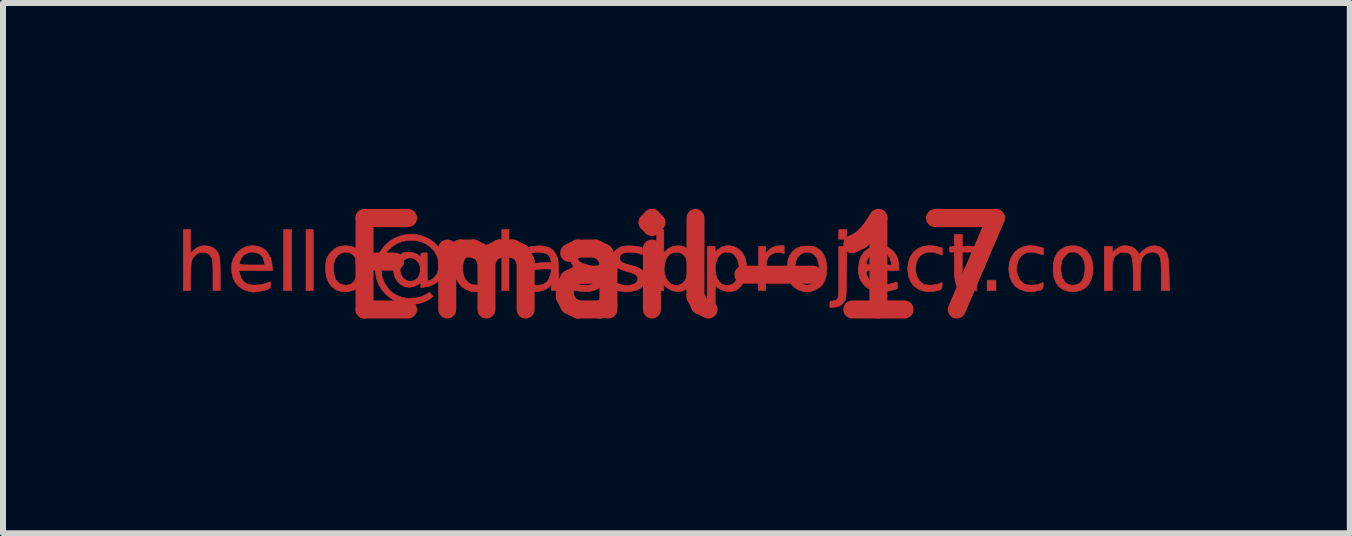
<source format=kicad_pcb>
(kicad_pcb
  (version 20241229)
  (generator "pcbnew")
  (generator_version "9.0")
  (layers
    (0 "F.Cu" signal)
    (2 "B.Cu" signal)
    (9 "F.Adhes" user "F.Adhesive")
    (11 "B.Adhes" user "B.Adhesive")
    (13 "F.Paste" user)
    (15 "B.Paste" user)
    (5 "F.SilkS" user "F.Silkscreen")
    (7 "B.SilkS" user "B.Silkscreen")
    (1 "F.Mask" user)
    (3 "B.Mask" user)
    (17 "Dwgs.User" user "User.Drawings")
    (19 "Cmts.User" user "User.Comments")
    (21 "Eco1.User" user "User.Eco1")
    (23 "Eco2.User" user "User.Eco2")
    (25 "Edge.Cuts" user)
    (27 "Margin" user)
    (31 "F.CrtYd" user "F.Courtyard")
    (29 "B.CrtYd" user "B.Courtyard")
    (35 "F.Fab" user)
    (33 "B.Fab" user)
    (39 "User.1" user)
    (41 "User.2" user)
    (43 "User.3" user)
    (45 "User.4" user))
  (footprint "Email-17"
    (layer "F.Cu")
    (at 8.213 1.418)
    (property "Reference" "Email-17" (at 0 0 0) (layer "F.Cu") (effects (font (size 1.524 1.524) (thickness 0.3))))
    (attr through_hole)
    (fp_poly (pts (xy -6.403 0.374) (xy -6.537 0.374) (xy -6.537 -0.642) (xy -6.403 -0.642) (xy -6.403 0.374)) (stroke (width 0.01) (type solid)) (fill yes) (layer "F.Cu"))
    (fp_poly (pts (xy -6.043 0.374) (xy -6.163 0.374) (xy -6.163 -0.642) (xy -6.043 -0.642) (xy -6.043 0.374)) (stroke (width 0.01) (type solid)) (fill yes) (layer "F.Cu"))
    (fp_poly (pts (xy -2.781 0.374) (xy -2.901 0.374) (xy -2.901 -0.642) (xy -2.781 -0.642) (xy -2.781 0.374)) (stroke (width 0.01) (type solid)) (fill yes) (layer "F.Cu"))
    (fp_poly (pts (xy 2.847 -0.481) (xy 2.714 -0.481) (xy 2.714 -0.642) (xy 2.847 -0.642) (xy 2.847 -0.481)) (stroke (width 0.01) (type solid)) (fill yes) (layer "F.Cu"))
    (fp_poly (pts (xy 5.334 0.374) (xy 5.187 0.374) (xy 5.187 0.201) (xy 5.334 0.201) (xy 5.334 0.374)) (stroke (width 0.01) (type solid)) (fill yes) (layer "F.Cu"))
    (fp_poly (pts (xy 1.805 -0.241) (xy 1.768 -0.255) (xy 1.717 -0.263) (xy 1.659 -0.257) (xy 1.605 -0.238) (xy 1.585 -0.225) (xy 1.558 -0.202) (xy 1.538 -0.178) (xy 1.524 -0.147) (xy 1.514 -0.107) (xy 1.507 -0.053) (xy 1.503 0.019) (xy 1.5 0.113) (xy 1.5 0.13) (xy 1.495 0.374) (xy 1.377 0.374) (xy 1.377 -0.361) (xy 1.497 -0.361) (xy 1.497 -0.251) (xy 1.535 -0.291) (xy 1.598 -0.34) (xy 1.675 -0.368) (xy 1.74 -0.374) (xy 1.805 -0.374) (xy 1.805 -0.241)) (stroke (width 0.01) (type solid)) (fill yes) (layer "F.Cu"))
    (fp_poly (pts (xy 2.845 0.064) (xy 2.844 0.182) (xy 2.842 0.277) (xy 2.841 0.352) (xy 2.839 0.409) (xy 2.836 0.452) (xy 2.832 0.483) (xy 2.827 0.507) (xy 2.821 0.525) (xy 2.814 0.541) (xy 2.778 0.595) (xy 2.73 0.629) (xy 2.667 0.648) (xy 2.643 0.651) (xy 2.567 0.659) (xy 2.567 0.603) (xy 2.568 0.568) (xy 2.576 0.553) (xy 2.597 0.548) (xy 2.613 0.548) (xy 2.663 0.537) (xy 2.687 0.519) (xy 2.694 0.51) (xy 2.7 0.498) (xy 2.705 0.482) (xy 2.708 0.458) (xy 2.711 0.422) (xy 2.712 0.373) (xy 2.713 0.307) (xy 2.714 0.221) (xy 2.714 0.113) (xy 2.714 0.064) (xy 2.714 -0.361) (xy 2.85 -0.361) (xy 2.845 0.064)) (stroke (width 0.01) (type solid)) (fill yes) (layer "F.Cu"))
    (fp_poly (pts (xy 4.773 -0.361) (xy 5.013 -0.361) (xy 5.013 -0.267) (xy 4.773 -0.267) (xy 4.773 -0.03) (xy 4.773 0.067) (xy 4.774 0.139) (xy 4.779 0.192) (xy 4.789 0.228) (xy 4.804 0.25) (xy 4.828 0.262) (xy 4.86 0.267) (xy 4.904 0.267) (xy 4.914 0.267) (xy 5.013 0.267) (xy 5.013 0.374) (xy 4.91 0.373) (xy 4.856 0.371) (xy 4.81 0.368) (xy 4.781 0.365) (xy 4.779 0.365) (xy 4.751 0.353) (xy 4.716 0.331) (xy 4.71 0.327) (xy 4.687 0.302) (xy 4.669 0.267) (xy 4.655 0.218) (xy 4.646 0.152) (xy 4.641 0.067) (xy 4.639 -0.042) (xy 4.639 -0.071) (xy 4.639 -0.267) (xy 4.599 -0.267) (xy 4.572 -0.27) (xy 4.561 -0.283) (xy 4.559 -0.314) (xy 4.561 -0.346) (xy 4.572 -0.358) (xy 4.599 -0.361) (xy 4.639 -0.361) (xy 4.639 -0.561) (xy 4.773 -0.561) (xy 4.773 -0.361)) (stroke (width 0.01) (type solid)) (fill yes) (layer "F.Cu"))
    (fp_poly (pts (xy -8.088 -0.249) (xy -8.038 -0.296) (xy -7.98 -0.341) (xy -7.924 -0.366) (xy -7.86 -0.374) (xy -7.855 -0.374) (xy -7.773 -0.365) (xy -7.707 -0.336) (xy -7.666 -0.3) (xy -7.643 -0.272) (xy -7.625 -0.242) (xy -7.612 -0.206) (xy -7.603 -0.16) (xy -7.597 -0.101) (xy -7.594 -0.024) (xy -7.593 0.075) (xy -7.593 0.112) (xy -7.593 0.374) (xy -7.714 0.374) (xy -7.714 0.127) (xy -7.714 0.026) (xy -7.716 -0.051) (xy -7.72 -0.108) (xy -7.726 -0.146) (xy -7.732 -0.165) (xy -7.767 -0.219) (xy -7.814 -0.253) (xy -7.869 -0.267) (xy -7.928 -0.261) (xy -7.984 -0.235) (xy -8.033 -0.19) (xy -8.054 -0.16) (xy -8.064 -0.141) (xy -8.071 -0.118) (xy -8.076 -0.088) (xy -8.08 -0.046) (xy -8.083 0.012) (xy -8.085 0.09) (xy -8.086 0.13) (xy -8.091 0.374) (xy -8.208 0.374) (xy -8.208 -0.642) (xy -8.088 -0.642) (xy -8.088 -0.249)) (stroke (width 0.01) (type solid)) (fill yes) (layer "F.Cu"))
    (fp_poly (pts (xy -3.245 -0.369) (xy -3.173 -0.352) (xy -3.101 -0.329) (xy -3.101 -0.216) (xy -3.175 -0.242) (xy -3.27 -0.264) (xy -3.354 -0.264) (xy -3.427 -0.241) (xy -3.485 -0.199) (xy -3.527 -0.137) (xy -3.55 -0.058) (xy -3.553 0.031) (xy -3.538 0.123) (xy -3.506 0.194) (xy -3.456 0.245) (xy -3.39 0.275) (xy -3.311 0.284) (xy -3.216 0.274) (xy -3.164 0.256) (xy -3.101 0.229) (xy -3.101 0.287) (xy -3.103 0.322) (xy -3.111 0.342) (xy -3.132 0.355) (xy -3.165 0.366) (xy -3.266 0.389) (xy -3.36 0.393) (xy -3.405 0.388) (xy -3.497 0.356) (xy -3.572 0.305) (xy -3.63 0.232) (xy -3.646 0.203) (xy -3.665 0.159) (xy -3.676 0.12) (xy -3.681 0.075) (xy -3.683 0.014) (xy -3.683 0.013) (xy -3.678 -0.074) (xy -3.665 -0.142) (xy -3.641 -0.198) (xy -3.604 -0.25) (xy -3.593 -0.262) (xy -3.523 -0.319) (xy -3.439 -0.356) (xy -3.345 -0.373) (xy -3.245 -0.369)) (stroke (width 0.01) (type solid)) (fill yes) (layer "F.Cu"))
    (fp_poly (pts (xy 5.99 -0.369) (xy 6.053 -0.354) (xy 6.123 -0.333) (xy 6.123 -0.218) (xy 6.053 -0.242) (xy 5.959 -0.265) (xy 5.875 -0.264) (xy 5.804 -0.242) (xy 5.747 -0.198) (xy 5.706 -0.135) (xy 5.683 -0.055) (xy 5.678 0.037) (xy 5.693 0.12) (xy 5.726 0.19) (xy 5.775 0.243) (xy 5.805 0.262) (xy 5.852 0.277) (xy 5.914 0.283) (xy 5.98 0.28) (xy 6.04 0.269) (xy 6.062 0.262) (xy 6.095 0.248) (xy 6.116 0.241) (xy 6.118 0.241) (xy 6.121 0.252) (xy 6.121 0.282) (xy 6.12 0.296) (xy 6.115 0.333) (xy 6.102 0.353) (xy 6.073 0.366) (xy 6.069 0.368) (xy 5.972 0.39) (xy 5.871 0.392) (xy 5.815 0.383) (xy 5.725 0.351) (xy 5.653 0.3) (xy 5.599 0.229) (xy 5.564 0.141) (xy 5.549 0.036) (xy 5.548 0.006) (xy 5.559 -0.099) (xy 5.592 -0.19) (xy 5.643 -0.264) (xy 5.711 -0.321) (xy 5.793 -0.359) (xy 5.887 -0.375) (xy 5.99 -0.369)) (stroke (width 0.01) (type solid)) (fill yes) (layer "F.Cu"))
    (fp_poly (pts (xy 4.305 -0.369) (xy 4.369 -0.354) (xy 4.438 -0.333) (xy 4.438 -0.216) (xy 4.371 -0.242) (xy 4.281 -0.266) (xy 4.198 -0.266) (xy 4.126 -0.244) (xy 4.068 -0.202) (xy 4.024 -0.14) (xy 3.999 -0.059) (xy 3.999 -0.055) (xy 3.994 0.04) (xy 4.01 0.125) (xy 4.046 0.196) (xy 4.101 0.25) (xy 4.129 0.267) (xy 4.169 0.278) (xy 4.224 0.283) (xy 4.285 0.281) (xy 4.342 0.272) (xy 4.378 0.262) (xy 4.411 0.248) (xy 4.431 0.241) (xy 4.434 0.241) (xy 4.437 0.252) (xy 4.437 0.282) (xy 4.436 0.296) (xy 4.431 0.333) (xy 4.417 0.353) (xy 4.389 0.366) (xy 4.384 0.368) (xy 4.287 0.39) (xy 4.186 0.392) (xy 4.13 0.383) (xy 4.041 0.351) (xy 3.969 0.3) (xy 3.915 0.229) (xy 3.88 0.141) (xy 3.864 0.036) (xy 3.863 0.006) (xy 3.875 -0.099) (xy 3.907 -0.19) (xy 3.959 -0.264) (xy 4.027 -0.321) (xy 4.108 -0.359) (xy 4.202 -0.375) (xy 4.305 -0.369)) (stroke (width 0.01) (type solid)) (fill yes) (layer "F.Cu"))
    (fp_poly (pts (xy 2.236 -0.367) (xy 2.307 -0.354) (xy 2.349 -0.337) (xy 2.418 -0.286) (xy 2.469 -0.216) (xy 2.502 -0.127) (xy 2.515 -0.018) (xy 2.515 0.007) (xy 2.506 0.118) (xy 2.478 0.212) (xy 2.432 0.286) (xy 2.407 0.312) (xy 2.334 0.36) (xy 2.249 0.388) (xy 2.158 0.393) (xy 2.117 0.387) (xy 2.04 0.364) (xy 1.978 0.324) (xy 1.935 0.281) (xy 1.894 0.221) (xy 1.869 0.15) (xy 1.856 0.064) (xy 1.856 0.056) (xy 1.981 0.056) (xy 1.991 0.118) (xy 2.021 0.186) (xy 2.065 0.237) (xy 2.119 0.27) (xy 2.178 0.284) (xy 2.239 0.276) (xy 2.296 0.246) (xy 2.321 0.223) (xy 2.359 0.164) (xy 2.381 0.09) (xy 2.389 0.008) (xy 2.381 -0.075) (xy 2.356 -0.153) (xy 2.351 -0.164) (xy 2.31 -0.219) (xy 2.258 -0.253) (xy 2.199 -0.267) (xy 2.139 -0.26) (xy 2.082 -0.233) (xy 2.033 -0.186) (xy 2.014 -0.154) (xy 1.993 -0.094) (xy 1.982 -0.02) (xy 1.981 0.056) (xy 1.856 0.056) (xy 1.854 -0.008) (xy 1.864 -0.114) (xy 1.892 -0.201) (xy 1.938 -0.271) (xy 2.003 -0.326) (xy 2.025 -0.339) (xy 2.085 -0.359) (xy 2.158 -0.368) (xy 2.236 -0.367)) (stroke (width 0.01) (type solid)) (fill yes) (layer "F.Cu"))
    (fp_poly (pts (xy -5.47 -0.371) (xy -5.377 -0.351) (xy -5.301 -0.311) (xy -5.242 -0.252) (xy -5.202 -0.173) (xy -5.179 -0.075) (xy -5.176 0.04) (xy -5.176 0.044) (xy -5.189 0.144) (xy -5.217 0.226) (xy -5.263 0.296) (xy -5.272 0.306) (xy -5.324 0.347) (xy -5.394 0.376) (xy -5.474 0.391) (xy -5.556 0.391) (xy -5.588 0.387) (xy -5.669 0.358) (xy -5.736 0.307) (xy -5.787 0.237) (xy -5.822 0.149) (xy -5.839 0.046) (xy -5.839 0.042) (xy -5.839 -0.028) (xy -5.707 -0.028) (xy -5.705 0.052) (xy -5.692 0.128) (xy -5.668 0.192) (xy -5.65 0.219) (xy -5.603 0.258) (xy -5.543 0.28) (xy -5.478 0.284) (xy -5.416 0.268) (xy -5.411 0.265) (xy -5.37 0.23) (xy -5.337 0.175) (xy -5.315 0.107) (xy -5.305 0.031) (xy -5.306 -0.046) (xy -5.32 -0.119) (xy -5.347 -0.181) (xy -5.392 -0.231) (xy -5.447 -0.259) (xy -5.508 -0.267) (xy -5.569 -0.254) (xy -5.624 -0.221) (xy -5.67 -0.167) (xy -5.673 -0.163) (xy -5.696 -0.102) (xy -5.707 -0.028) (xy -5.839 -0.028) (xy -5.838 -0.061) (xy -5.821 -0.146) (xy -5.787 -0.219) (xy -5.738 -0.28) (xy -5.67 -0.333) (xy -5.596 -0.364) (xy -5.511 -0.373) (xy -5.47 -0.371)) (stroke (width 0.01) (type solid)) (fill yes) (layer "F.Cu"))
    (fp_poly (pts (xy -0.201 -0.25) (xy -0.171 -0.287) (xy -0.123 -0.33) (xy -0.058 -0.359) (xy 0.015 -0.373) (xy 0.088 -0.37) (xy 0.137 -0.356) (xy 0.179 -0.33) (xy 0.226 -0.287) (xy 0.268 -0.236) (xy 0.301 -0.185) (xy 0.305 -0.176) (xy 0.317 -0.132) (xy 0.325 -0.068) (xy 0.327 0.007) (xy 0.326 0.074) (xy 0.322 0.124) (xy 0.314 0.163) (xy 0.3 0.2) (xy 0.297 0.209) (xy 0.248 0.288) (xy 0.186 0.346) (xy 0.113 0.381) (xy 0.031 0.392) (xy -0.044 0.381) (xy -0.106 0.355) (xy -0.155 0.32) (xy -0.201 0.275) (xy -0.201 0.374) (xy -0.321 0.374) (xy -0.321 0.018) (xy -0.197 0.018) (xy -0.188 0.095) (xy -0.163 0.169) (xy -0.123 0.227) (xy -0.073 0.267) (xy -0.016 0.287) (xy 0.044 0.284) (xy 0.104 0.257) (xy 0.107 0.255) (xy 0.151 0.209) (xy 0.181 0.147) (xy 0.199 0.075) (xy 0.203 -0.002) (xy 0.196 -0.078) (xy 0.175 -0.148) (xy 0.142 -0.205) (xy 0.097 -0.245) (xy 0.093 -0.248) (xy 0.033 -0.265) (xy -0.033 -0.262) (xy -0.091 -0.24) (xy -0.136 -0.199) (xy -0.169 -0.138) (xy -0.19 -0.064) (xy -0.197 0.018) (xy -0.321 0.018) (xy -0.321 -0.642) (xy -0.201 -0.642) (xy -0.201 -0.25)) (stroke (width 0.01) (type solid)) (fill yes) (layer "F.Cu"))
    (fp_poly (pts (xy 6.677 -0.37) (xy 6.761 -0.343) (xy 6.833 -0.296) (xy 6.858 -0.271) (xy 6.908 -0.195) (xy 6.94 -0.105) (xy 6.952 -0.008) (xy 6.946 0.092) (xy 6.92 0.187) (xy 6.876 0.273) (xy 6.871 0.28) (xy 6.816 0.334) (xy 6.744 0.372) (xy 6.661 0.392) (xy 6.573 0.392) (xy 6.542 0.387) (xy 6.454 0.358) (xy 6.385 0.31) (xy 6.334 0.242) (xy 6.301 0.154) (xy 6.286 0.046) (xy 6.286 0.044) (xy 6.287 0.002) (xy 6.414 0.002) (xy 6.421 0.09) (xy 6.442 0.167) (xy 6.477 0.227) (xy 6.495 0.246) (xy 6.545 0.274) (xy 6.606 0.285) (xy 6.67 0.279) (xy 6.721 0.257) (xy 6.766 0.213) (xy 6.797 0.149) (xy 6.814 0.068) (xy 6.815 0.061) (xy 6.818 -0.024) (xy 6.812 -0.089) (xy 6.794 -0.141) (xy 6.764 -0.187) (xy 6.744 -0.209) (xy 6.709 -0.242) (xy 6.681 -0.259) (xy 6.652 -0.266) (xy 6.617 -0.267) (xy 6.578 -0.266) (xy 6.549 -0.257) (xy 6.521 -0.237) (xy 6.492 -0.209) (xy 6.452 -0.163) (xy 6.43 -0.12) (xy 6.423 -0.092) (xy 6.414 0.002) (xy 6.287 0.002) (xy 6.288 -0.072) (xy 6.31 -0.169) (xy 6.35 -0.248) (xy 6.409 -0.308) (xy 6.488 -0.351) (xy 6.498 -0.355) (xy 6.588 -0.374) (xy 6.677 -0.37)) (stroke (width 0.01) (type solid)) (fill yes) (layer "F.Cu"))
    (fp_poly (pts (xy 0.976 -0.356) (xy 1.044 -0.318) (xy 1.102 -0.263) (xy 1.145 -0.19) (xy 1.147 -0.187) (xy 1.168 -0.113) (xy 1.178 -0.027) (xy 1.178 0.062) (xy 1.166 0.146) (xy 1.143 0.215) (xy 1.141 0.218) (xy 1.107 0.271) (xy 1.061 0.322) (xy 1.012 0.362) (xy 0.997 0.37) (xy 0.94 0.388) (xy 0.871 0.391) (xy 0.801 0.379) (xy 0.743 0.355) (xy 0.705 0.331) (xy 0.677 0.307) (xy 0.669 0.297) (xy 0.664 0.296) (xy 0.66 0.318) (xy 0.657 0.362) (xy 0.656 0.431) (xy 0.655 0.465) (xy 0.655 0.655) (xy 0.521 0.655) (xy 0.521 0.001) (xy 0.655 0.001) (xy 0.663 0.096) (xy 0.687 0.173) (xy 0.724 0.232) (xy 0.773 0.271) (xy 0.832 0.288) (xy 0.899 0.282) (xy 0.947 0.264) (xy 0.985 0.232) (xy 1.018 0.18) (xy 1.042 0.114) (xy 1.053 0.046) (xy 1.051 -0.054) (xy 1.028 -0.139) (xy 0.984 -0.209) (xy 0.955 -0.239) (xy 0.926 -0.255) (xy 0.887 -0.262) (xy 0.868 -0.264) (xy 0.822 -0.266) (xy 0.792 -0.261) (xy 0.765 -0.245) (xy 0.749 -0.233) (xy 0.698 -0.174) (xy 0.667 -0.1) (xy 0.655 -0.009) (xy 0.655 0.001) (xy 0.521 0.001) (xy 0.521 -0.361) (xy 0.655 -0.361) (xy 0.655 -0.264) (xy 0.691 -0.3) (xy 0.755 -0.347) (xy 0.827 -0.371) (xy 0.902 -0.374) (xy 0.976 -0.356)) (stroke (width 0.01) (type solid)) (fill yes) (layer "F.Cu"))
    (fp_poly (pts (xy -7.02 -0.372) (xy -6.931 -0.354) (xy -6.856 -0.313) (xy -6.798 -0.252) (xy -6.756 -0.172) (xy -6.732 -0.075) (xy -6.729 -0.05) (xy -6.72 0.04) (xy -7.283 0.04) (xy -7.273 0.084) (xy -7.247 0.161) (xy -7.211 0.216) (xy -7.16 0.255) (xy -7.132 0.268) (xy -7.077 0.28) (xy -7.007 0.283) (xy -6.93 0.277) (xy -6.858 0.262) (xy -6.838 0.255) (xy -6.797 0.241) (xy -6.766 0.231) (xy -6.755 0.227) (xy -6.752 0.239) (xy -6.751 0.269) (xy -6.751 0.281) (xy -6.754 0.317) (xy -6.766 0.337) (xy -6.795 0.352) (xy -6.797 0.353) (xy -6.828 0.363) (xy -6.874 0.374) (xy -6.928 0.385) (xy -6.98 0.394) (xy -7.021 0.399) (xy -7.041 0.4) (xy -7.059 0.397) (xy -7.095 0.39) (xy -7.129 0.382) (xy -7.219 0.35) (xy -7.293 0.298) (xy -7.35 0.227) (xy -7.387 0.139) (xy -7.404 0.039) (xy -7.401 -0.064) (xy -7.394 -0.092) (xy -7.272 -0.092) (xy -7.27 -0.074) (xy -7.255 -0.063) (xy -7.223 -0.056) (xy -7.172 -0.054) (xy -7.098 -0.053) (xy -7.06 -0.053) (xy -6.847 -0.053) (xy -6.86 -0.109) (xy -6.872 -0.151) (xy -6.888 -0.185) (xy -6.891 -0.191) (xy -6.937 -0.235) (xy -6.995 -0.261) (xy -7.06 -0.268) (xy -7.124 -0.258) (xy -7.183 -0.23) (xy -7.229 -0.186) (xy -7.246 -0.156) (xy -7.263 -0.119) (xy -7.272 -0.092) (xy -7.394 -0.092) (xy -7.379 -0.151) (xy -7.337 -0.226) (xy -7.294 -0.275) (xy -7.226 -0.329) (xy -7.155 -0.361) (xy -7.074 -0.373) (xy -7.02 -0.372)) (stroke (width 0.01) (type solid)) (fill yes) (layer "F.Cu"))
    (fp_poly (pts (xy 3.465 -0.366) (xy 3.547 -0.339) (xy 3.615 -0.29) (xy 3.668 -0.223) (xy 3.702 -0.139) (xy 3.716 -0.041) (xy 3.716 -0.025) (xy 3.716 0.04) (xy 3.442 0.04) (xy 3.348 0.04) (xy 3.277 0.041) (xy 3.227 0.043) (xy 3.194 0.048) (xy 3.176 0.056) (xy 3.17 0.068) (xy 3.172 0.086) (xy 3.18 0.111) (xy 3.184 0.122) (xy 3.219 0.194) (xy 3.267 0.245) (xy 3.301 0.264) (xy 3.367 0.28) (xy 3.449 0.283) (xy 3.538 0.272) (xy 3.628 0.248) (xy 3.666 0.234) (xy 3.681 0.232) (xy 3.688 0.244) (xy 3.69 0.276) (xy 3.69 0.284) (xy 3.69 0.344) (xy 3.613 0.365) (xy 3.531 0.383) (xy 3.451 0.393) (xy 3.383 0.394) (xy 3.362 0.392) (xy 3.269 0.37) (xy 3.193 0.331) (xy 3.138 0.283) (xy 3.092 0.226) (xy 3.063 0.169) (xy 3.047 0.102) (xy 3.042 0.019) (xy 3.042 0.007) (xy 3.05 -0.068) (xy 3.173 -0.068) (xy 3.179 -0.062) (xy 3.196 -0.058) (xy 3.227 -0.055) (xy 3.276 -0.054) (xy 3.346 -0.054) (xy 3.382 -0.053) (xy 3.598 -0.053) (xy 3.589 -0.097) (xy 3.563 -0.173) (xy 3.522 -0.227) (xy 3.466 -0.258) (xy 3.395 -0.268) (xy 3.336 -0.262) (xy 3.288 -0.243) (xy 3.242 -0.211) (xy 3.205 -0.171) (xy 3.189 -0.137) (xy 3.18 -0.101) (xy 3.173 -0.077) (xy 3.173 -0.068) (xy 3.05 -0.068) (xy 3.053 -0.101) (xy 3.084 -0.193) (xy 3.134 -0.267) (xy 3.203 -0.322) (xy 3.288 -0.358) (xy 3.371 -0.371) (xy 3.465 -0.366)) (stroke (width 0.01) (type solid)) (fill yes) (layer "F.Cu"))
    (fp_poly (pts (xy -1.41 -0.37) (xy -1.345 -0.363) (xy -1.294 -0.354) (xy -1.28 -0.349) (xy -1.256 -0.336) (xy -1.245 -0.314) (xy -1.243 -0.281) (xy -1.244 -0.248) (xy -1.251 -0.232) (xy -1.27 -0.232) (xy -1.307 -0.244) (xy -1.317 -0.247) (xy -1.366 -0.259) (xy -1.426 -0.265) (xy -1.488 -0.266) (xy -1.542 -0.26) (xy -1.577 -0.25) (xy -1.613 -0.221) (xy -1.633 -0.182) (xy -1.634 -0.145) (xy -1.619 -0.118) (xy -1.587 -0.094) (xy -1.534 -0.072) (xy -1.462 -0.051) (xy -1.368 -0.023) (xy -1.298 0.007) (xy -1.248 0.042) (xy -1.237 0.053) (xy -1.218 0.091) (xy -1.209 0.143) (xy -1.21 0.201) (xy -1.221 0.254) (xy -1.238 0.29) (xy -1.289 0.337) (xy -1.36 0.37) (xy -1.446 0.389) (xy -1.543 0.391) (xy -1.593 0.386) (xy -1.662 0.376) (xy -1.708 0.367) (xy -1.737 0.355) (xy -1.752 0.339) (xy -1.759 0.317) (xy -1.762 0.29) (xy -1.763 0.253) (xy -1.761 0.231) (xy -1.759 0.227) (xy -1.744 0.232) (xy -1.712 0.243) (xy -1.688 0.252) (xy -1.607 0.277) (xy -1.53 0.288) (xy -1.461 0.285) (xy -1.403 0.27) (xy -1.36 0.243) (xy -1.337 0.205) (xy -1.333 0.181) (xy -1.345 0.138) (xy -1.379 0.104) (xy -1.438 0.078) (xy -1.456 0.072) (xy -1.538 0.049) (xy -1.597 0.031) (xy -1.64 0.015) (xy -1.67 0.000441) (xy -1.692 -0.015) (xy -1.704 -0.027) (xy -1.742 -0.083) (xy -1.756 -0.144) (xy -1.749 -0.207) (xy -1.723 -0.266) (xy -1.678 -0.315) (xy -1.618 -0.352) (xy -1.589 -0.362) (xy -1.541 -0.369) (xy -1.479 -0.371) (xy -1.41 -0.37)) (stroke (width 0.01) (type solid)) (fill yes) (layer "F.Cu"))
    (fp_poly (pts (xy 8.049 -0.363) (xy 8.112 -0.329) (xy 8.137 -0.306) (xy 8.161 -0.277) (xy 8.18 -0.247) (xy 8.193 -0.211) (xy 8.203 -0.165) (xy 8.21 -0.106) (xy 8.215 -0.03) (xy 8.218 0.069) (xy 8.219 0.104) (xy 8.225 0.374) (xy 8.088 0.374) (xy 8.088 0.12) (xy 8.087 0.017) (xy 8.085 -0.063) (xy 8.08 -0.124) (xy 8.072 -0.169) (xy 8.06 -0.201) (xy 8.043 -0.225) (xy 8.021 -0.244) (xy 8.019 -0.246) (xy 7.969 -0.266) (xy 7.912 -0.265) (xy 7.854 -0.246) (xy 7.804 -0.21) (xy 7.779 -0.179) (xy 7.768 -0.159) (xy 7.759 -0.139) (xy 7.753 -0.114) (xy 7.749 -0.081) (xy 7.746 -0.033) (xy 7.744 0.032) (xy 7.742 0.119) (xy 7.742 0.124) (xy 7.738 0.374) (xy 7.62 0.374) (xy 7.62 0.13) (xy 7.619 0.018) (xy 7.615 -0.07) (xy 7.608 -0.137) (xy 7.596 -0.187) (xy 7.579 -0.221) (xy 7.554 -0.244) (xy 7.522 -0.257) (xy 7.48 -0.263) (xy 7.476 -0.264) (xy 7.429 -0.264) (xy 7.392 -0.253) (xy 7.367 -0.238) (xy 7.336 -0.215) (xy 7.313 -0.19) (xy 7.296 -0.16) (xy 7.284 -0.12) (xy 7.277 -0.067) (xy 7.274 0.003) (xy 7.272 0.095) (xy 7.272 0.13) (xy 7.272 0.374) (xy 7.139 0.374) (xy 7.139 -0.361) (xy 7.272 -0.361) (xy 7.272 -0.268) (xy 7.334 -0.314) (xy 7.386 -0.35) (xy 7.432 -0.369) (xy 7.483 -0.374) (xy 7.528 -0.371) (xy 7.6 -0.354) (xy 7.658 -0.315) (xy 7.694 -0.272) (xy 7.722 -0.231) (xy 7.77 -0.282) (xy 7.835 -0.334) (xy 7.906 -0.365) (xy 7.979 -0.374) (xy 8.049 -0.363)) (stroke (width 0.01) (type solid)) (fill yes) (layer "F.Cu"))
    (fp_poly (pts (xy -2.181 -0.363) (xy -2.113 -0.344) (xy -2.105 -0.34) (xy -2.048 -0.298) (xy -2.002 -0.237) (xy -1.971 -0.162) (xy -1.965 -0.135) (xy -1.961 -0.097) (xy -1.957 -0.038) (xy -1.954 0.034) (xy -1.952 0.113) (xy -1.952 0.156) (xy -1.952 0.374) (xy -2.072 0.374) (xy -2.072 0.264) (xy -2.099 0.298) (xy -2.146 0.339) (xy -2.211 0.37) (xy -2.284 0.389) (xy -2.358 0.392) (xy -2.397 0.386) (xy -2.47 0.358) (xy -2.524 0.311) (xy -2.558 0.247) (xy -2.57 0.168) (xy -2.57 0.159) (xy -2.57 0.157) (xy -2.446 0.157) (xy -2.434 0.208) (xy -2.402 0.253) (xy -2.357 0.282) (xy -2.346 0.285) (xy -2.302 0.288) (xy -2.247 0.28) (xy -2.197 0.263) (xy -2.191 0.26) (xy -2.141 0.22) (xy -2.105 0.158) (xy -2.085 0.093) (xy -2.078 0.053) (xy -2.073 0.025) (xy -2.072 0.018) (xy -2.085 0.016) (xy -2.118 0.015) (xy -2.166 0.014) (xy -2.2 0.013) (xy -2.289 0.017) (xy -2.356 0.028) (xy -2.402 0.048) (xy -2.431 0.079) (xy -2.444 0.123) (xy -2.446 0.157) (xy -2.57 0.157) (xy -2.561 0.084) (xy -2.533 0.023) (xy -2.487 -0.024) (xy -2.42 -0.059) (xy -2.331 -0.081) (xy -2.219 -0.092) (xy -2.157 -0.093) (xy -2.075 -0.094) (xy -2.086 -0.141) (xy -2.097 -0.178) (xy -2.11 -0.205) (xy -2.112 -0.206) (xy -2.154 -0.239) (xy -2.215 -0.259) (xy -2.288 -0.266) (xy -2.366 -0.26) (xy -2.443 -0.241) (xy -2.484 -0.226) (xy -2.513 -0.217) (xy -2.524 -0.214) (xy -2.526 -0.226) (xy -2.525 -0.256) (xy -2.524 -0.271) (xy -2.52 -0.327) (xy -2.433 -0.352) (xy -2.35 -0.367) (xy -2.263 -0.371) (xy -2.181 -0.363)) (stroke (width 0.01) (type solid)) (fill yes) (layer "F.Cu"))
    (fp_poly (pts (xy -0.714 -0.37) (xy -0.649 -0.363) (xy -0.597 -0.353) (xy -0.585 -0.349) (xy -0.561 -0.336) (xy -0.55 -0.314) (xy -0.548 -0.281) (xy -0.55 -0.247) (xy -0.554 -0.229) (xy -0.556 -0.227) (xy -0.572 -0.231) (xy -0.604 -0.241) (xy -0.629 -0.249) (xy -0.716 -0.265) (xy -0.788 -0.265) (xy -0.856 -0.257) (xy -0.901 -0.24) (xy -0.927 -0.211) (xy -0.936 -0.17) (xy -0.936 -0.165) (xy -0.931 -0.134) (xy -0.914 -0.109) (xy -0.881 -0.088) (xy -0.828 -0.068) (xy -0.767 -0.051) (xy -0.676 -0.025) (xy -0.609 0.002) (xy -0.562 0.034) (xy -0.532 0.072) (xy -0.516 0.119) (xy -0.511 0.158) (xy -0.51 0.207) (xy -0.517 0.242) (xy -0.534 0.275) (xy -0.537 0.28) (xy -0.588 0.331) (xy -0.658 0.368) (xy -0.744 0.388) (xy -0.842 0.392) (xy -0.898 0.386) (xy -0.967 0.376) (xy -1.013 0.367) (xy -1.042 0.355) (xy -1.057 0.339) (xy -1.064 0.317) (xy -1.067 0.29) (xy -1.068 0.253) (xy -1.066 0.231) (xy -1.064 0.227) (xy -1.049 0.232) (xy -1.017 0.243) (xy -0.993 0.252) (xy -0.885 0.283) (xy -0.785 0.287) (xy -0.74 0.281) (xy -0.685 0.259) (xy -0.649 0.227) (xy -0.633 0.189) (xy -0.639 0.15) (xy -0.666 0.114) (xy -0.713 0.088) (xy -0.754 0.075) (xy -0.81 0.057) (xy -0.867 0.04) (xy -0.868 0.04) (xy -0.938 0.015) (xy -0.988 -0.013) (xy -1.012 -0.033) (xy -1.037 -0.061) (xy -1.05 -0.087) (xy -1.055 -0.121) (xy -1.056 -0.159) (xy -1.055 -0.206) (xy -1.048 -0.237) (xy -1.031 -0.264) (xy -1.006 -0.292) (xy -0.944 -0.341) (xy -0.896 -0.361) (xy -0.847 -0.369) (xy -0.783 -0.371) (xy -0.714 -0.37)) (stroke (width 0.01) (type solid)) (fill yes) (layer "F.Cu"))
    (fp_poly (pts (xy -4.316 -0.557) (xy -4.211 -0.531) (xy -4.114 -0.487) (xy -4.028 -0.427) (xy -3.956 -0.351) (xy -3.901 -0.262) (xy -3.865 -0.16) (xy -3.855 -0.098) (xy -3.855 -0.006) (xy -3.874 0.081) (xy -3.908 0.157) (xy -3.957 0.216) (xy -3.962 0.22) (xy -4.036 0.271) (xy -4.113 0.302) (xy -4.182 0.315) (xy -4.251 0.324) (xy -4.251 0.241) (xy -4.299 0.274) (xy -4.371 0.309) (xy -4.444 0.32) (xy -4.515 0.309) (xy -4.579 0.278) (xy -4.634 0.229) (xy -4.676 0.165) (xy -4.7 0.087) (xy -4.704 0.051) (xy -4.596 0.051) (xy -4.58 0.111) (xy -4.549 0.16) (xy -4.506 0.197) (xy -4.454 0.217) (xy -4.395 0.217) (xy -4.345 0.2) (xy -4.303 0.165) (xy -4.274 0.112) (xy -4.26 0.047) (xy -4.262 -0.022) (xy -4.265 -0.034) (xy -4.287 -0.088) (xy -4.326 -0.133) (xy -4.374 -0.164) (xy -4.419 -0.174) (xy -4.485 -0.162) (xy -4.539 -0.127) (xy -4.572 -0.08) (xy -4.595 -0.013) (xy -4.596 0.051) (xy -4.704 0.051) (xy -4.706 0.027) (xy -4.696 -0.051) (xy -4.668 -0.125) (xy -4.627 -0.19) (xy -4.576 -0.237) (xy -4.546 -0.254) (xy -4.487 -0.267) (xy -4.419 -0.265) (xy -4.353 -0.25) (xy -4.3 -0.223) (xy -4.299 -0.222) (xy -4.251 -0.186) (xy -4.251 -0.22) (xy -4.248 -0.242) (xy -4.235 -0.252) (xy -4.203 -0.254) (xy -4.198 -0.254) (xy -4.144 -0.254) (xy -4.144 -0.02) (xy -4.143 0.077) (xy -4.141 0.148) (xy -4.137 0.194) (xy -4.132 0.213) (xy -4.13 0.214) (xy -4.091 0.203) (xy -4.048 0.174) (xy -4.008 0.134) (xy -3.977 0.089) (xy -3.97 0.074) (xy -3.958 0.019) (xy -3.955 -0.049) (xy -3.96 -0.12) (xy -3.973 -0.183) (xy -3.98 -0.203) (xy -4.033 -0.291) (xy -4.101 -0.361) (xy -4.182 -0.413) (xy -4.271 -0.448) (xy -4.366 -0.464) (xy -4.463 -0.463) (xy -4.558 -0.445) (xy -4.649 -0.41) (xy -4.732 -0.359) (xy -4.802 -0.291) (xy -4.858 -0.207) (xy -4.887 -0.136) (xy -4.903 -0.056) (xy -4.908 0.034) (xy -4.901 0.122) (xy -4.892 0.162) (xy -4.869 0.221) (xy -4.831 0.287) (xy -4.786 0.349) (xy -4.741 0.396) (xy -4.654 0.453) (xy -4.555 0.49) (xy -4.449 0.506) (xy -4.342 0.501) (xy -4.239 0.475) (xy -4.156 0.434) (xy -4.107 0.403) (xy -4.076 0.436) (xy -4.044 0.47) (xy -4.078 0.496) (xy -4.109 0.518) (xy -4.153 0.542) (xy -4.178 0.554) (xy -4.219 0.571) (xy -4.261 0.584) (xy -4.314 0.595) (xy -4.384 0.606) (xy -4.398 0.607) (xy -4.43 0.608) (xy -4.476 0.605) (xy -4.512 0.6) (xy -4.621 0.572) (xy -4.725 0.52) (xy -4.82 0.45) (xy -4.898 0.364) (xy -4.952 0.277) (xy -4.991 0.166) (xy -5.007 0.05) (xy -5 -0.066) (xy -4.971 -0.178) (xy -4.921 -0.283) (xy -4.851 -0.376) (xy -4.763 -0.454) (xy -4.752 -0.461) (xy -4.646 -0.518) (xy -4.536 -0.552) (xy -4.425 -0.564) (xy -4.316 -0.557)) (stroke (width 0.01) (type solid)) (fill yes) (layer "F.Cu")))
  (gr_rect
    (start -3 -3)
    (end 19.443 5.836)
    (stroke (width 0.1) (type default))
    (fill no)
    (layer "Edge.Cuts")))
</source>
